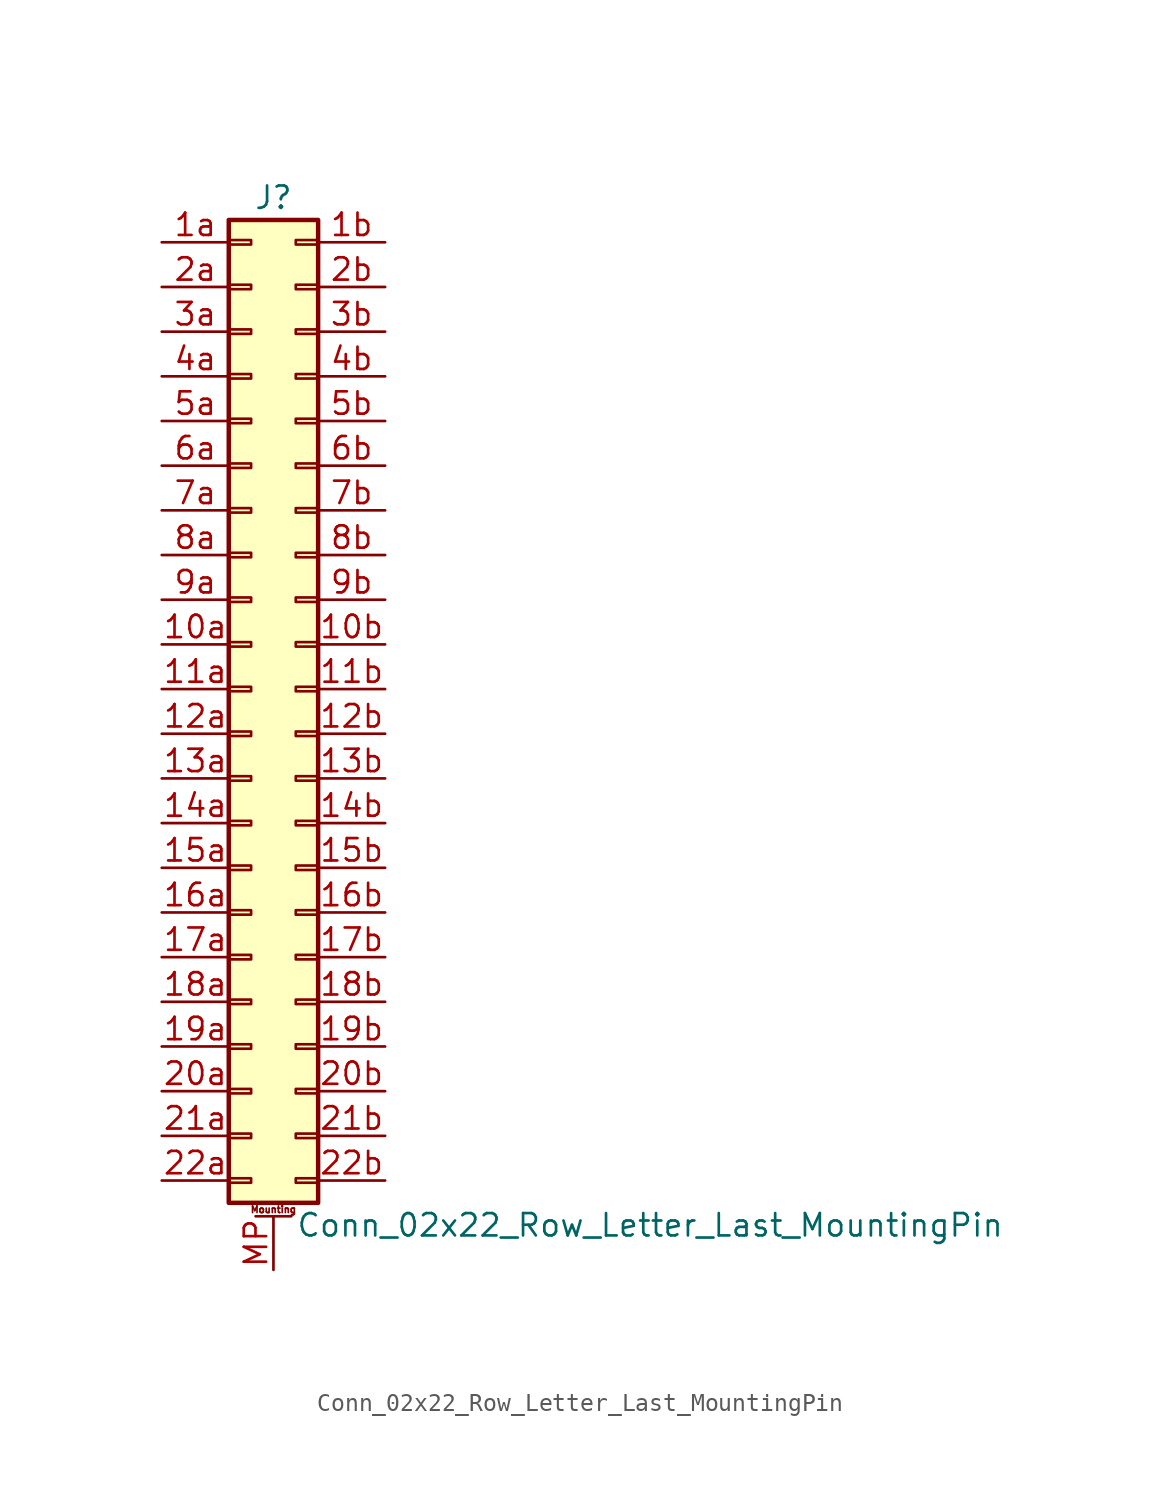
<source format=kicad_sym>
(kicad_symbol_lib
  (version 20201005)
  (generator kicad_symbol_editor)
  (symbol "Conn_02x22_Row_Letter_Last_MountingPin"
    (pin_names
      (offset 1.016) hide)
    (property "Reference" "J"
      (at 1.27 27.94 0)
      (effects (font (size 1.27 1.27))))
    (property "Value" "Conn_02x22_Row_Letter_Last_MountingPin"
      (at 2.54 -30.48 0)
      (effects (font (size 1.27 1.27)) (justify left)))
    (symbol "Conn_02x22_Row_Letter_Last_MountingPin_1_1"
      (text "Mounting" (at 1.27 -29.591 0) (effects (font (size 0.381 0.381))))
      (rectangle (start -1.27 -27.813) (end 0 -28.067) (stroke (width 0.152)) (fill (type none)))
      (rectangle (start -1.27 -25.273) (end 0 -25.527) (stroke (width 0.152)) (fill (type none)))
      (rectangle (start -1.27 -22.733) (end 0 -22.987) (stroke (width 0.152)) (fill (type none)))
      (rectangle (start -1.27 -20.193) (end 0 -20.447) (stroke (width 0.152)) (fill (type none)))
      (rectangle (start -1.27 -17.653) (end 0 -17.907) (stroke (width 0.152)) (fill (type none)))
      (rectangle (start -1.27 -15.113) (end 0 -15.367) (stroke (width 0.152)) (fill (type none)))
      (rectangle (start -1.27 -12.573) (end 0 -12.827) (stroke (width 0.152)) (fill (type none)))
      (rectangle (start -1.27 -10.033) (end 0 -10.287) (stroke (width 0.152)) (fill (type none)))
      (rectangle (start -1.27 -7.493) (end 0 -7.747) (stroke (width 0.152)) (fill (type none)))
      (rectangle (start -1.27 -4.953) (end 0 -5.207) (stroke (width 0.152)) (fill (type none)))
      (rectangle (start -1.27 -2.413) (end 0 -2.667) (stroke (width 0.152)) (fill (type none)))
      (rectangle (start -1.27 0.127) (end 0 -0.127) (stroke (width 0.152)) (fill (type none)))
      (rectangle (start -1.27 2.667) (end 0 2.413) (stroke (width 0.152)) (fill (type none)))
      (rectangle (start -1.27 5.207) (end 0 4.953) (stroke (width 0.152)) (fill (type none)))
      (rectangle (start -1.27 7.747) (end 0 7.493) (stroke (width 0.152)) (fill (type none)))
      (rectangle (start -1.27 10.287) (end 0 10.033) (stroke (width 0.152)) (fill (type none)))
      (rectangle (start -1.27 12.827) (end 0 12.573) (stroke (width 0.152)) (fill (type none)))
      (rectangle (start -1.27 15.367) (end 0 15.113) (stroke (width 0.152)) (fill (type none)))
      (rectangle (start -1.27 17.907) (end 0 17.653) (stroke (width 0.152)) (fill (type none)))
      (rectangle (start -1.27 20.447) (end 0 20.193) (stroke (width 0.152)) (fill (type none)))
      (rectangle (start -1.27 22.987) (end 0 22.733) (stroke (width 0.152)) (fill (type none)))
      (rectangle (start -1.27 25.527) (end 0 25.273) (stroke (width 0.152)) (fill (type none)))
      (rectangle (start -1.27 26.67) (end 3.81 -29.21) (stroke (width 0.254)) (fill (type background)))
      (rectangle (start 3.81 -27.813) (end 2.54 -28.067) (stroke (width 0.152)) (fill (type none)))
      (rectangle (start 3.81 -25.273) (end 2.54 -25.527) (stroke (width 0.152)) (fill (type none)))
      (rectangle (start 3.81 -22.733) (end 2.54 -22.987) (stroke (width 0.152)) (fill (type none)))
      (rectangle (start 3.81 -20.193) (end 2.54 -20.447) (stroke (width 0.152)) (fill (type none)))
      (rectangle (start 3.81 -17.653) (end 2.54 -17.907) (stroke (width 0.152)) (fill (type none)))
      (rectangle (start 3.81 -15.113) (end 2.54 -15.367) (stroke (width 0.152)) (fill (type none)))
      (rectangle (start 3.81 -12.573) (end 2.54 -12.827) (stroke (width 0.152)) (fill (type none)))
      (rectangle (start 3.81 -10.033) (end 2.54 -10.287) (stroke (width 0.152)) (fill (type none)))
      (rectangle (start 3.81 -7.493) (end 2.54 -7.747) (stroke (width 0.152)) (fill (type none)))
      (rectangle (start 3.81 -4.953) (end 2.54 -5.207) (stroke (width 0.152)) (fill (type none)))
      (rectangle (start 3.81 -2.413) (end 2.54 -2.667) (stroke (width 0.152)) (fill (type none)))
      (rectangle (start 3.81 0.127) (end 2.54 -0.127) (stroke (width 0.152)) (fill (type none)))
      (rectangle (start 3.81 2.667) (end 2.54 2.413) (stroke (width 0.152)) (fill (type none)))
      (rectangle (start 3.81 5.207) (end 2.54 4.953) (stroke (width 0.152)) (fill (type none)))
      (rectangle (start 3.81 7.747) (end 2.54 7.493) (stroke (width 0.152)) (fill (type none)))
      (rectangle (start 3.81 10.287) (end 2.54 10.033) (stroke (width 0.152)) (fill (type none)))
      (rectangle (start 3.81 12.827) (end 2.54 12.573) (stroke (width 0.152)) (fill (type none)))
      (rectangle (start 3.81 15.367) (end 2.54 15.113) (stroke (width 0.152)) (fill (type none)))
      (rectangle (start 3.81 17.907) (end 2.54 17.653) (stroke (width 0.152)) (fill (type none)))
      (rectangle (start 3.81 20.447) (end 2.54 20.193) (stroke (width 0.152)) (fill (type none)))
      (rectangle (start 3.81 22.987) (end 2.54 22.733) (stroke (width 0.152)) (fill (type none)))
      (rectangle (start 3.81 25.527) (end 2.54 25.273) (stroke (width 0.152)) (fill (type none)))
      (polyline (pts (xy 0.254 -29.972) (xy 2.286 -29.972)) (stroke (width 0.152)) (fill (type none)))
      (pin passive line (at -5.08 2.54 0) (length 3.81) (name "Pin_10a" (effects (font (size 1.27 1.27)))) (number "10a" (effects (font (size 1.27 1.27)))))
      (pin passive line (at 7.62 2.54 180) (length 3.81) (name "Pin_10b" (effects (font (size 1.27 1.27)))) (number "10b" (effects (font (size 1.27 1.27)))))
      (pin passive line (at -5.08 0 0) (length 3.81) (name "Pin_11a" (effects (font (size 1.27 1.27)))) (number "11a" (effects (font (size 1.27 1.27)))))
      (pin passive line (at 7.62 0 180) (length 3.81) (name "Pin_11b" (effects (font (size 1.27 1.27)))) (number "11b" (effects (font (size 1.27 1.27)))))
      (pin passive line (at -5.08 -2.54 0) (length 3.81) (name "Pin_12a" (effects (font (size 1.27 1.27)))) (number "12a" (effects (font (size 1.27 1.27)))))
      (pin passive line (at 7.62 -2.54 180) (length 3.81) (name "Pin_12b" (effects (font (size 1.27 1.27)))) (number "12b" (effects (font (size 1.27 1.27)))))
      (pin passive line (at -5.08 -5.08 0) (length 3.81) (name "Pin_13a" (effects (font (size 1.27 1.27)))) (number "13a" (effects (font (size 1.27 1.27)))))
      (pin passive line (at 7.62 -5.08 180) (length 3.81) (name "Pin_13b" (effects (font (size 1.27 1.27)))) (number "13b" (effects (font (size 1.27 1.27)))))
      (pin passive line (at -5.08 -7.62 0) (length 3.81) (name "Pin_14a" (effects (font (size 1.27 1.27)))) (number "14a" (effects (font (size 1.27 1.27)))))
      (pin passive line (at 7.62 -7.62 180) (length 3.81) (name "Pin_14b" (effects (font (size 1.27 1.27)))) (number "14b" (effects (font (size 1.27 1.27)))))
      (pin passive line (at -5.08 -10.16 0) (length 3.81) (name "Pin_15a" (effects (font (size 1.27 1.27)))) (number "15a" (effects (font (size 1.27 1.27)))))
      (pin passive line (at 7.62 -10.16 180) (length 3.81) (name "Pin_15b" (effects (font (size 1.27 1.27)))) (number "15b" (effects (font (size 1.27 1.27)))))
      (pin passive line (at -5.08 -12.7 0) (length 3.81) (name "Pin_16a" (effects (font (size 1.27 1.27)))) (number "16a" (effects (font (size 1.27 1.27)))))
      (pin passive line (at 7.62 -12.7 180) (length 3.81) (name "Pin_16b" (effects (font (size 1.27 1.27)))) (number "16b" (effects (font (size 1.27 1.27)))))
      (pin passive line (at -5.08 -15.24 0) (length 3.81) (name "Pin_17a" (effects (font (size 1.27 1.27)))) (number "17a" (effects (font (size 1.27 1.27)))))
      (pin passive line (at 7.62 -15.24 180) (length 3.81) (name "Pin_17b" (effects (font (size 1.27 1.27)))) (number "17b" (effects (font (size 1.27 1.27)))))
      (pin passive line (at -5.08 -17.78 0) (length 3.81) (name "Pin_18a" (effects (font (size 1.27 1.27)))) (number "18a" (effects (font (size 1.27 1.27)))))
      (pin passive line (at 7.62 -17.78 180) (length 3.81) (name "Pin_18b" (effects (font (size 1.27 1.27)))) (number "18b" (effects (font (size 1.27 1.27)))))
      (pin passive line (at -5.08 -20.32 0) (length 3.81) (name "Pin_19a" (effects (font (size 1.27 1.27)))) (number "19a" (effects (font (size 1.27 1.27)))))
      (pin passive line (at 7.62 -20.32 180) (length 3.81) (name "Pin_19b" (effects (font (size 1.27 1.27)))) (number "19b" (effects (font (size 1.27 1.27)))))
      (pin passive line (at -5.08 25.4 0) (length 3.81) (name "Pin_1a" (effects (font (size 1.27 1.27)))) (number "1a" (effects (font (size 1.27 1.27)))))
      (pin passive line (at 7.62 25.4 180) (length 3.81) (name "Pin_1b" (effects (font (size 1.27 1.27)))) (number "1b" (effects (font (size 1.27 1.27)))))
      (pin passive line (at -5.08 -22.86 0) (length 3.81) (name "Pin_20a" (effects (font (size 1.27 1.27)))) (number "20a" (effects (font (size 1.27 1.27)))))
      (pin passive line (at 7.62 -22.86 180) (length 3.81) (name "Pin_20b" (effects (font (size 1.27 1.27)))) (number "20b" (effects (font (size 1.27 1.27)))))
      (pin passive line (at -5.08 -25.4 0) (length 3.81) (name "Pin_21a" (effects (font (size 1.27 1.27)))) (number "21a" (effects (font (size 1.27 1.27)))))
      (pin passive line (at 7.62 -25.4 180) (length 3.81) (name "Pin_21b" (effects (font (size 1.27 1.27)))) (number "21b" (effects (font (size 1.27 1.27)))))
      (pin passive line (at -5.08 -27.94 0) (length 3.81) (name "Pin_22a" (effects (font (size 1.27 1.27)))) (number "22a" (effects (font (size 1.27 1.27)))))
      (pin passive line (at 7.62 -27.94 180) (length 3.81) (name "Pin_22b" (effects (font (size 1.27 1.27)))) (number "22b" (effects (font (size 1.27 1.27)))))
      (pin passive line (at -5.08 22.86 0) (length 3.81) (name "Pin_2a" (effects (font (size 1.27 1.27)))) (number "2a" (effects (font (size 1.27 1.27)))))
      (pin passive line (at 7.62 22.86 180) (length 3.81) (name "Pin_2b" (effects (font (size 1.27 1.27)))) (number "2b" (effects (font (size 1.27 1.27)))))
      (pin passive line (at -5.08 20.32 0) (length 3.81) (name "Pin_3a" (effects (font (size 1.27 1.27)))) (number "3a" (effects (font (size 1.27 1.27)))))
      (pin passive line (at 7.62 20.32 180) (length 3.81) (name "Pin_3b" (effects (font (size 1.27 1.27)))) (number "3b" (effects (font (size 1.27 1.27)))))
      (pin passive line (at -5.08 17.78 0) (length 3.81) (name "Pin_4a" (effects (font (size 1.27 1.27)))) (number "4a" (effects (font (size 1.27 1.27)))))
      (pin passive line (at 7.62 17.78 180) (length 3.81) (name "Pin_4b" (effects (font (size 1.27 1.27)))) (number "4b" (effects (font (size 1.27 1.27)))))
      (pin passive line (at -5.08 15.24 0) (length 3.81) (name "Pin_5a" (effects (font (size 1.27 1.27)))) (number "5a" (effects (font (size 1.27 1.27)))))
      (pin passive line (at 7.62 15.24 180) (length 3.81) (name "Pin_5b" (effects (font (size 1.27 1.27)))) (number "5b" (effects (font (size 1.27 1.27)))))
      (pin passive line (at -5.08 12.7 0) (length 3.81) (name "Pin_6a" (effects (font (size 1.27 1.27)))) (number "6a" (effects (font (size 1.27 1.27)))))
      (pin passive line (at 7.62 12.7 180) (length 3.81) (name "Pin_6b" (effects (font (size 1.27 1.27)))) (number "6b" (effects (font (size 1.27 1.27)))))
      (pin passive line (at -5.08 10.16 0) (length 3.81) (name "Pin_7a" (effects (font (size 1.27 1.27)))) (number "7a" (effects (font (size 1.27 1.27)))))
      (pin passive line (at 7.62 10.16 180) (length 3.81) (name "Pin_7b" (effects (font (size 1.27 1.27)))) (number "7b" (effects (font (size 1.27 1.27)))))
      (pin passive line (at -5.08 7.62 0) (length 3.81) (name "Pin_8a" (effects (font (size 1.27 1.27)))) (number "8a" (effects (font (size 1.27 1.27)))))
      (pin passive line (at 7.62 7.62 180) (length 3.81) (name "Pin_8b" (effects (font (size 1.27 1.27)))) (number "8b" (effects (font (size 1.27 1.27)))))
      (pin passive line (at -5.08 5.08 0) (length 3.81) (name "Pin_9a" (effects (font (size 1.27 1.27)))) (number "9a" (effects (font (size 1.27 1.27)))))
      (pin passive line (at 7.62 5.08 180) (length 3.81) (name "Pin_9b" (effects (font (size 1.27 1.27)))) (number "9b" (effects (font (size 1.27 1.27)))))
      (pin passive line (at 1.27 -33.02 90) (length 3.048) (name "MountPin" (effects (font (size 1.27 1.27)))) (number "MP" (effects (font (size 1.27 1.27))))))))
</source>
